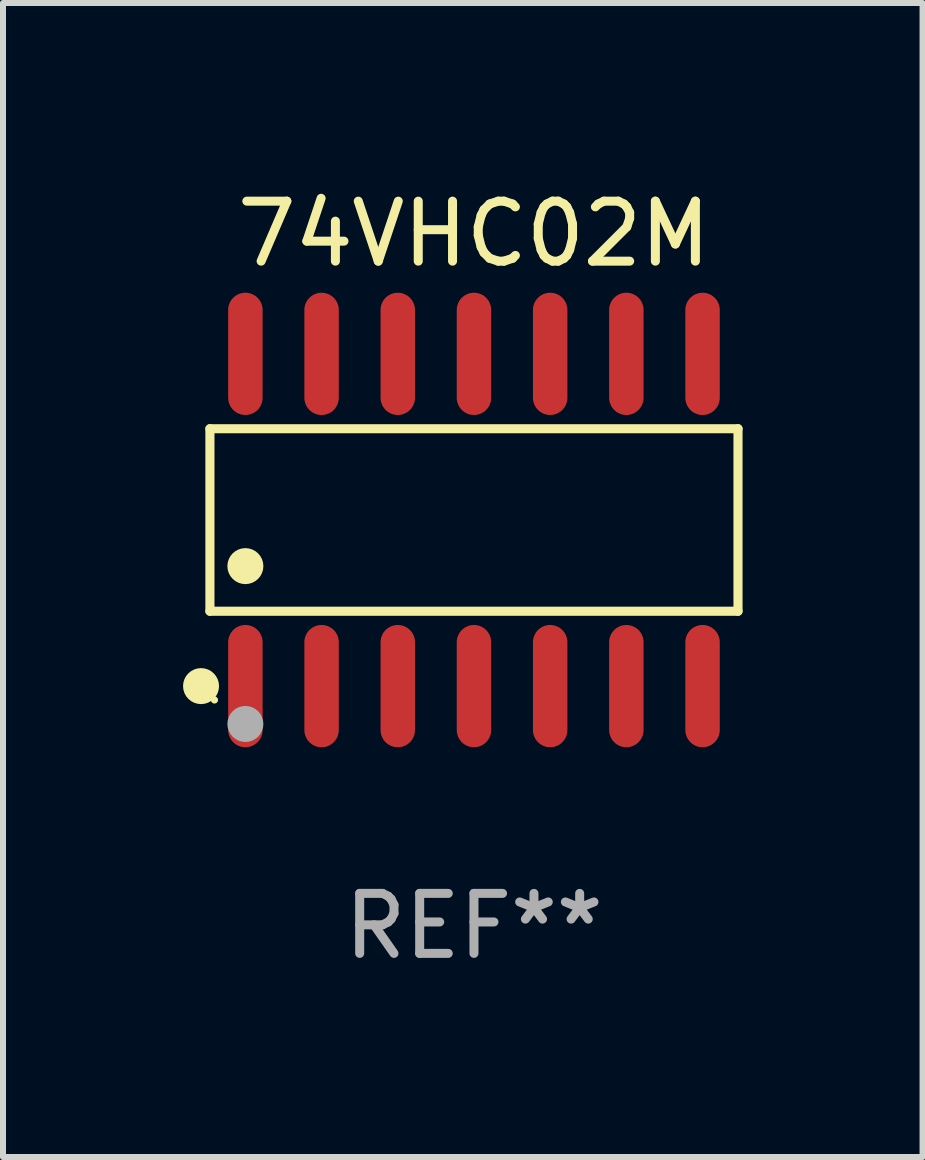
<source format=kicad_pcb>
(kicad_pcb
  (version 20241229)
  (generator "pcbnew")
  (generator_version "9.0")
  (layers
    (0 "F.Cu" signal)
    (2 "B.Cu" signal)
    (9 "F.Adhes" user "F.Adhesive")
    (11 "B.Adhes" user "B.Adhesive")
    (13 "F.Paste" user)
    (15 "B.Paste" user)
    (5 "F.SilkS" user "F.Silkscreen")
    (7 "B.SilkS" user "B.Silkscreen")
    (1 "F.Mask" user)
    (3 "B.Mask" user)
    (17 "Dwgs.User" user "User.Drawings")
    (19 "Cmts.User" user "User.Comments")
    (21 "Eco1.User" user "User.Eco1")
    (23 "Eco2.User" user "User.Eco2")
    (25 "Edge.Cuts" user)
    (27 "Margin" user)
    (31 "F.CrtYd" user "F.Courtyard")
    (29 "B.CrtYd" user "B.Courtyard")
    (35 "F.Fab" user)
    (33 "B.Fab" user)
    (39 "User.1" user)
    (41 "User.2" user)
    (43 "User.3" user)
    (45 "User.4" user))
  (footprint "74VHC02M"
    (layer "F.Cu")
    (at 4.85 5.617)
    (property "Reference" "74VHC02M" (at 0 -4.769 0) (layer "F.SilkS") (effects (font (size 1 1) (thickness 0.15))))
    (attr through_hole)
    (fp_line (start -4.401 -1.521) (end 4.401 -1.521) (stroke (width 0.152) (type solid)) (layer "F.SilkS"))
    (fp_line (start -4.401 1.521) (end -4.401 -1.521) (stroke (width 0.152) (type solid)) (layer "F.SilkS"))
    (fp_line (start 4.401 -1.521) (end 4.401 1.521) (stroke (width 0.152) (type solid)) (layer "F.SilkS"))
    (fp_line (start 4.401 1.521) (end -4.401 1.521) (stroke (width 0.152) (type solid)) (layer "F.SilkS"))
    (fp_circle (center -4.549 2.769) (end -4.399 2.769) (stroke (width 0.3) (type solid)) (fill no) (layer "F.SilkS"))
    (fp_circle (center -4.325 3) (end -4.295 3) (stroke (width 0.06) (type solid)) (fill no) (layer "F.SilkS"))
    (fp_circle (center -3.81 0.769) (end -3.66 0.769) (stroke (width 0.3) (type solid)) (fill no) (layer "F.SilkS"))
    (fp_circle (center -3.81 3.4) (end -3.66 3.4) (stroke (width 0.3) (type solid)) (fill no) (layer "F.Fab"))
    (fp_text user "REF**" (at 0 6.769 0) (layer "F.Fab") (effects (font (size 1 1) (thickness 0.15))))
    (pad "1" smd oval (at -3.81 2.769) (size 0.574 2.038) (layers "F.Cu" "F.Mask" "F.Paste"))
    (pad "2" smd oval (at -2.54 2.769) (size 0.574 2.038) (layers "F.Cu" "F.Mask" "F.Paste"))
    (pad "3" smd oval (at -1.27 2.769) (size 0.574 2.038) (layers "F.Cu" "F.Mask" "F.Paste"))
    (pad "4" smd oval (at 0 2.769) (size 0.574 2.038) (layers "F.Cu" "F.Mask" "F.Paste"))
    (pad "5" smd oval (at 1.27 2.769) (size 0.574 2.038) (layers "F.Cu" "F.Mask" "F.Paste"))
    (pad "6" smd oval (at 2.54 2.769) (size 0.574 2.038) (layers "F.Cu" "F.Mask" "F.Paste"))
    (pad "7" smd oval (at 3.81 2.769) (size 0.574 2.038) (layers "F.Cu" "F.Mask" "F.Paste"))
    (pad "8" smd oval (at 3.81 -2.769) (size 0.574 2.038) (layers "F.Cu" "F.Mask" "F.Paste"))
    (pad "9" smd oval (at 2.54 -2.769) (size 0.574 2.038) (layers "F.Cu" "F.Mask" "F.Paste"))
    (pad "10" smd oval (at 1.27 -2.769) (size 0.574 2.038) (layers "F.Cu" "F.Mask" "F.Paste"))
    (pad "11" smd oval (at 0 -2.769) (size 0.574 2.038) (layers "F.Cu" "F.Mask" "F.Paste"))
    (pad "12" smd oval (at -1.27 -2.769) (size 0.574 2.038) (layers "F.Cu" "F.Mask" "F.Paste"))
    (pad "13" smd oval (at -2.54 -2.769) (size 0.574 2.038) (layers "F.Cu" "F.Mask" "F.Paste"))
    (pad "14" smd oval (at -3.81 -2.769) (size 0.574 2.038) (layers "F.Cu" "F.Mask" "F.Paste")))
  (gr_rect
    (start -3 -3)
    (end 12.327 16.235)
    (stroke (width 0.1) (type default))
    (fill no)
    (layer "Edge.Cuts")))
</source>
